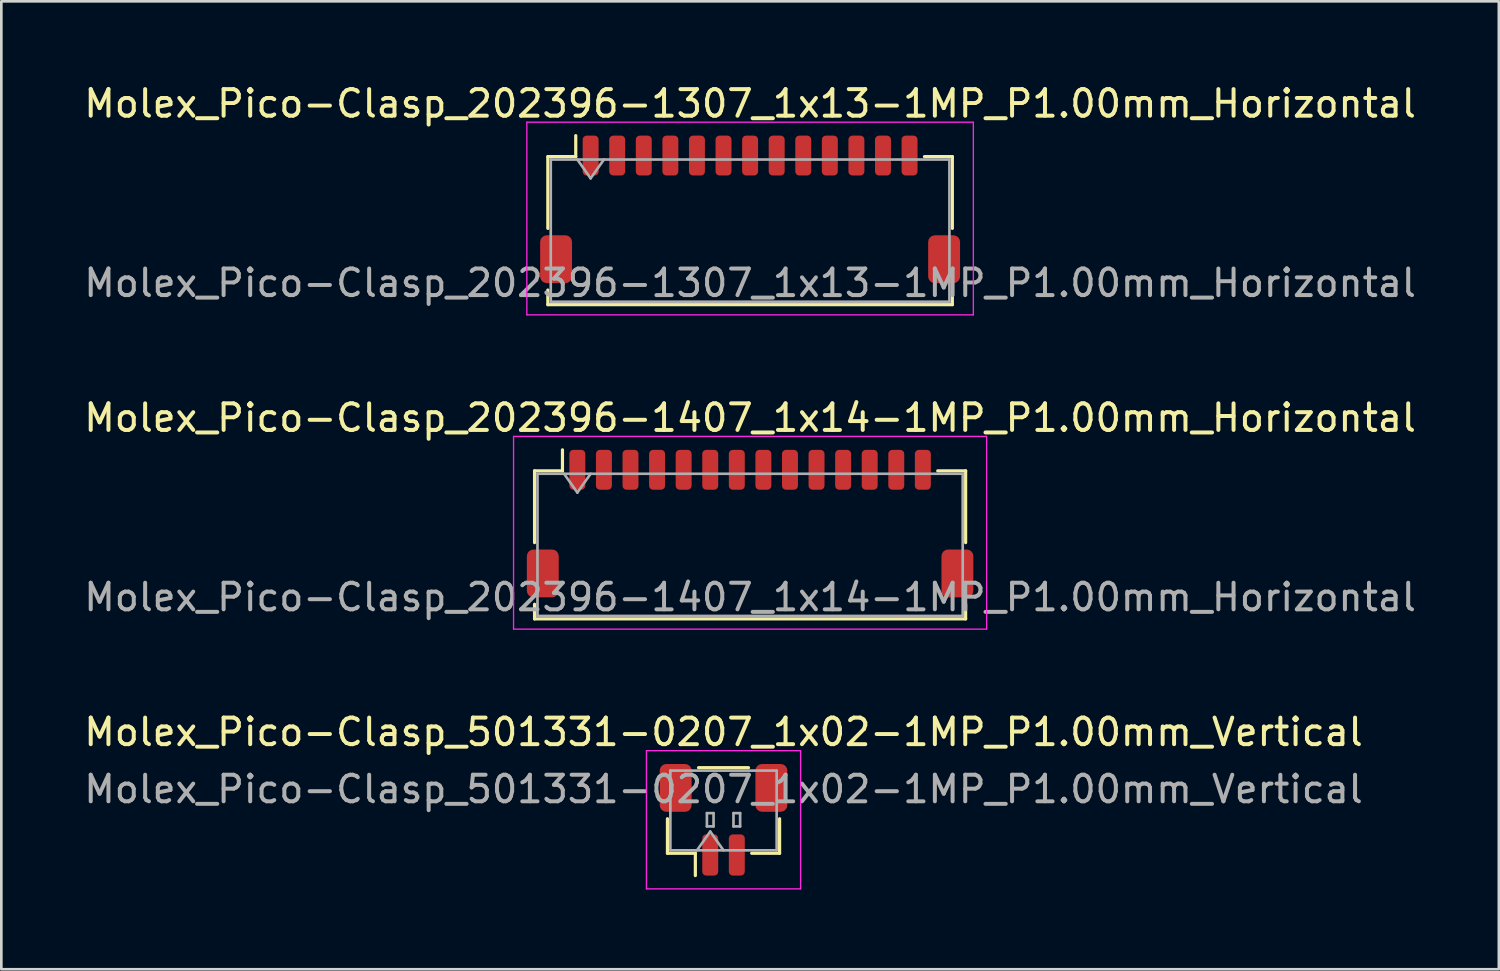
<source format=kicad_pcb>
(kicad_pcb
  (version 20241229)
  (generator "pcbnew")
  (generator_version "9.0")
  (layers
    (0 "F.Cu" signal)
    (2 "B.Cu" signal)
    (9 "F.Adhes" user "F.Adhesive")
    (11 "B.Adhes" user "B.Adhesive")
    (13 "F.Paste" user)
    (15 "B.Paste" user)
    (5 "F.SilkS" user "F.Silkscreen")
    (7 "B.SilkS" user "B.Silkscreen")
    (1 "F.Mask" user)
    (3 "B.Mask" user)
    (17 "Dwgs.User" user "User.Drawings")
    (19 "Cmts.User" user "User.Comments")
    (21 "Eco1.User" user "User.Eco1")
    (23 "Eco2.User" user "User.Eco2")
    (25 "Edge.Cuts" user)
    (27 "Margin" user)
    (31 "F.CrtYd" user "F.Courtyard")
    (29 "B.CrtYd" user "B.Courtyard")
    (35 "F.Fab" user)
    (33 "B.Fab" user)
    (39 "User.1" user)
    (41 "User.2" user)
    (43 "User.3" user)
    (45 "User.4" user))
  (footprint "Molex_Pico-Clasp_202396-1307_1x13-1MP_P1.00mm_Horizontal"
    (layer "F.Cu")
    (at 25.173 4.828)
    (property "Reference" "Molex_Pico-Clasp_202396-1307_1x13-1MP_P1.00mm_Horizontal" (at 0 -3.98 0) (layer "F.SilkS") (effects (font (size 1 1) (thickness 0.15))))
    (attr smd)
    (fp_line (start -7.61 -1.985) (end -6.56 -1.985) (stroke (width 0.12) (type solid)) (layer "F.SilkS"))
    (fp_line (start -7.61 0.715) (end -7.61 -1.985) (stroke (width 0.12) (type solid)) (layer "F.SilkS"))
    (fp_line (start -7.61 3.035) (end -7.61 3.585) (stroke (width 0.12) (type solid)) (layer "F.SilkS"))
    (fp_line (start -7.61 3.585) (end 7.61 3.585) (stroke (width 0.12) (type solid)) (layer "F.SilkS"))
    (fp_line (start -6.56 -1.985) (end -6.56 -2.775) (stroke (width 0.12) (type solid)) (layer "F.SilkS"))
    (fp_line (start 7.61 -1.985) (end 6.56 -1.985) (stroke (width 0.12) (type solid)) (layer "F.SilkS"))
    (fp_line (start 7.61 0.715) (end 7.61 -1.985) (stroke (width 0.12) (type solid)) (layer "F.SilkS"))
    (fp_line (start 7.61 3.585) (end 7.61 3.035) (stroke (width 0.12) (type solid)) (layer "F.SilkS"))
    (fp_line (start -8.4 -3.28) (end -8.4 3.97) (stroke (width 0.05) (type solid)) (layer "F.CrtYd"))
    (fp_line (start -8.4 3.97) (end 8.4 3.97) (stroke (width 0.05) (type solid)) (layer "F.CrtYd"))
    (fp_line (start 8.4 -3.28) (end -8.4 -3.28) (stroke (width 0.05) (type solid)) (layer "F.CrtYd"))
    (fp_line (start 8.4 3.97) (end 8.4 -3.28) (stroke (width 0.05) (type solid)) (layer "F.CrtYd"))
    (fp_line (start -7.5 -1.875) (end -7.5 3.475) (stroke (width 0.1) (type solid)) (layer "F.Fab"))
    (fp_line (start -7.5 -1.875) (end 7.5 -1.875) (stroke (width 0.1) (type solid)) (layer "F.Fab"))
    (fp_line (start -7.5 3.475) (end 7.5 3.475) (stroke (width 0.1) (type solid)) (layer "F.Fab"))
    (fp_line (start -6.5 -1.875) (end -6 -1.168) (stroke (width 0.1) (type solid)) (layer "F.Fab"))
    (fp_line (start -6 -1.168) (end -5.5 -1.875) (stroke (width 0.1) (type solid)) (layer "F.Fab"))
    (fp_line (start 7.5 -1.875) (end 7.5 3.475) (stroke (width 0.1) (type solid)) (layer "F.Fab"))
    (fp_text user "${REFERENCE}" (at 0 2.77 0) (layer "F.Fab") (effects (font (size 1 1) (thickness 0.15))))
    (pad "1" smd roundrect (at -6 -2.025) (size 0.6 1.5) (layers "F.Cu" "F.Mask" "F.Paste") (roundrect_rratio 0.25))
    (pad "2" smd roundrect (at -5 -2.025) (size 0.6 1.5) (layers "F.Cu" "F.Mask" "F.Paste") (roundrect_rratio 0.25))
    (pad "3" smd roundrect (at -4 -2.025) (size 0.6 1.5) (layers "F.Cu" "F.Mask" "F.Paste") (roundrect_rratio 0.25))
    (pad "4" smd roundrect (at -3 -2.025) (size 0.6 1.5) (layers "F.Cu" "F.Mask" "F.Paste") (roundrect_rratio 0.25))
    (pad "5" smd roundrect (at -2 -2.025) (size 0.6 1.5) (layers "F.Cu" "F.Mask" "F.Paste") (roundrect_rratio 0.25))
    (pad "6" smd roundrect (at -1 -2.025) (size 0.6 1.5) (layers "F.Cu" "F.Mask" "F.Paste") (roundrect_rratio 0.25))
    (pad "7" smd roundrect (at 0 -2.025) (size 0.6 1.5) (layers "F.Cu" "F.Mask" "F.Paste") (roundrect_rratio 0.25))
    (pad "8" smd roundrect (at 1 -2.025) (size 0.6 1.5) (layers "F.Cu" "F.Mask" "F.Paste") (roundrect_rratio 0.25))
    (pad "9" smd roundrect (at 2 -2.025) (size 0.6 1.5) (layers "F.Cu" "F.Mask" "F.Paste") (roundrect_rratio 0.25))
    (pad "10" smd roundrect (at 3 -2.025) (size 0.6 1.5) (layers "F.Cu" "F.Mask" "F.Paste") (roundrect_rratio 0.25))
    (pad "11" smd roundrect (at 4 -2.025) (size 0.6 1.5) (layers "F.Cu" "F.Mask" "F.Paste") (roundrect_rratio 0.25))
    (pad "12" smd roundrect (at 5 -2.025) (size 0.6 1.5) (layers "F.Cu" "F.Mask" "F.Paste") (roundrect_rratio 0.25))
    (pad "13" smd roundrect (at 6 -2.025) (size 0.6 1.5) (layers "F.Cu" "F.Mask" "F.Paste") (roundrect_rratio 0.25))
    (pad "MP" smd roundrect (at -7.3 1.875) (size 1.2 1.8) (layers "F.Cu" "F.Mask" "F.Paste") (roundrect_rratio 0.208))
    (pad "MP" smd roundrect (at 7.3 1.875) (size 1.2 1.8) (layers "F.Cu" "F.Mask" "F.Paste") (roundrect_rratio 0.208)))
  (footprint "Molex_Pico-Clasp_501331-0207_1x02-1MP_P1.00mm_Vertical"
    (layer "F.Cu")
    (at 24.173 27.795)
    (property "Reference" "Molex_Pico-Clasp_501331-0207_1x02-1MP_P1.00mm_Vertical" (at 0 -3.3 0) (layer "F.SilkS") (effects (font (size 1 1) (thickness 0.15))))
    (attr smd)
    (fp_line (start -2.11 -0.04) (end -2.11 1.26) (stroke (width 0.12) (type solid)) (layer "F.SilkS"))
    (fp_line (start -2.11 1.26) (end -1.06 1.26) (stroke (width 0.12) (type solid)) (layer "F.SilkS"))
    (fp_line (start -1.06 1.26) (end -1.06 2.1) (stroke (width 0.12) (type solid)) (layer "F.SilkS"))
    (fp_line (start -0.94 -1.96) (end 0.94 -1.96) (stroke (width 0.12) (type solid)) (layer "F.SilkS"))
    (fp_line (start 2.11 -0.04) (end 2.11 1.26) (stroke (width 0.12) (type solid)) (layer "F.SilkS"))
    (fp_line (start 2.11 1.26) (end 1.06 1.26) (stroke (width 0.12) (type solid)) (layer "F.SilkS"))
    (fp_line (start -2.9 -2.6) (end -2.9 2.6) (stroke (width 0.05) (type solid)) (layer "F.CrtYd"))
    (fp_line (start -2.9 2.6) (end 2.9 2.6) (stroke (width 0.05) (type solid)) (layer "F.CrtYd"))
    (fp_line (start 2.9 -2.6) (end -2.9 -2.6) (stroke (width 0.05) (type solid)) (layer "F.CrtYd"))
    (fp_line (start 2.9 2.6) (end 2.9 -2.6) (stroke (width 0.05) (type solid)) (layer "F.CrtYd"))
    (fp_line (start -2 -1.85) (end 2 -1.85) (stroke (width 0.1) (type solid)) (layer "F.Fab"))
    (fp_line (start -2 1.15) (end -2 -1.85) (stroke (width 0.1) (type solid)) (layer "F.Fab"))
    (fp_line (start -2 1.15) (end 2 1.15) (stroke (width 0.1) (type solid)) (layer "F.Fab"))
    (fp_line (start -1 1.15) (end -0.5 0.443) (stroke (width 0.1) (type solid)) (layer "F.Fab"))
    (fp_line (start -0.625 -0.25) (end -0.625 0.25) (stroke (width 0.1) (type solid)) (layer "F.Fab"))
    (fp_line (start -0.625 0.25) (end -0.375 0.25) (stroke (width 0.1) (type solid)) (layer "F.Fab"))
    (fp_line (start -0.5 0.443) (end 0 1.15) (stroke (width 0.1) (type solid)) (layer "F.Fab"))
    (fp_line (start -0.375 -0.25) (end -0.625 -0.25) (stroke (width 0.1) (type solid)) (layer "F.Fab"))
    (fp_line (start -0.375 0.25) (end -0.375 -0.25) (stroke (width 0.1) (type solid)) (layer "F.Fab"))
    (fp_line (start 0.375 -0.25) (end 0.375 0.25) (stroke (width 0.1) (type solid)) (layer "F.Fab"))
    (fp_line (start 0.375 0.25) (end 0.625 0.25) (stroke (width 0.1) (type solid)) (layer "F.Fab"))
    (fp_line (start 0.625 -0.25) (end 0.375 -0.25) (stroke (width 0.1) (type solid)) (layer "F.Fab"))
    (fp_line (start 0.625 0.25) (end 0.625 -0.25) (stroke (width 0.1) (type solid)) (layer "F.Fab"))
    (fp_line (start 2 1.15) (end 2 -1.85) (stroke (width 0.1) (type solid)) (layer "F.Fab"))
    (fp_text user "${REFERENCE}" (at 0 -1.15 0) (layer "F.Fab") (effects (font (size 1 1) (thickness 0.15))))
    (pad "1" smd roundrect (at -0.5 1.325) (size 0.6 1.55) (layers "F.Cu" "F.Mask" "F.Paste") (roundrect_rratio 0.25))
    (pad "2" smd roundrect (at 0.5 1.325) (size 0.6 1.55) (layers "F.Cu" "F.Mask" "F.Paste") (roundrect_rratio 0.25))
    (pad "MP" smd roundrect (at -1.8 -1.2) (size 1.2 1.8) (layers "F.Cu" "F.Mask" "F.Paste") (roundrect_rratio 0.208))
    (pad "MP" smd roundrect (at 1.8 -1.2) (size 1.2 1.8) (layers "F.Cu" "F.Mask" "F.Paste") (roundrect_rratio 0.208)))
  (footprint "Molex_Pico-Clasp_202396-1407_1x14-1MP_P1.00mm_Horizontal"
    (layer "F.Cu")
    (at 25.173 16.651)
    (property "Reference" "Molex_Pico-Clasp_202396-1407_1x14-1MP_P1.00mm_Horizontal" (at 0 -3.98 0) (layer "F.SilkS") (effects (font (size 1 1) (thickness 0.15))))
    (attr smd)
    (fp_line (start -8.11 -1.985) (end -7.06 -1.985) (stroke (width 0.12) (type solid)) (layer "F.SilkS"))
    (fp_line (start -8.11 0.715) (end -8.11 -1.985) (stroke (width 0.12) (type solid)) (layer "F.SilkS"))
    (fp_line (start -8.11 3.035) (end -8.11 3.585) (stroke (width 0.12) (type solid)) (layer "F.SilkS"))
    (fp_line (start -8.11 3.585) (end 8.11 3.585) (stroke (width 0.12) (type solid)) (layer "F.SilkS"))
    (fp_line (start -7.06 -1.985) (end -7.06 -2.775) (stroke (width 0.12) (type solid)) (layer "F.SilkS"))
    (fp_line (start 8.11 -1.985) (end 7.06 -1.985) (stroke (width 0.12) (type solid)) (layer "F.SilkS"))
    (fp_line (start 8.11 0.715) (end 8.11 -1.985) (stroke (width 0.12) (type solid)) (layer "F.SilkS"))
    (fp_line (start 8.11 3.585) (end 8.11 3.035) (stroke (width 0.12) (type solid)) (layer "F.SilkS"))
    (fp_line (start -8.9 -3.28) (end -8.9 3.97) (stroke (width 0.05) (type solid)) (layer "F.CrtYd"))
    (fp_line (start -8.9 3.97) (end 8.9 3.97) (stroke (width 0.05) (type solid)) (layer "F.CrtYd"))
    (fp_line (start 8.9 -3.28) (end -8.9 -3.28) (stroke (width 0.05) (type solid)) (layer "F.CrtYd"))
    (fp_line (start 8.9 3.97) (end 8.9 -3.28) (stroke (width 0.05) (type solid)) (layer "F.CrtYd"))
    (fp_line (start -8 -1.875) (end -8 3.475) (stroke (width 0.1) (type solid)) (layer "F.Fab"))
    (fp_line (start -8 -1.875) (end 8 -1.875) (stroke (width 0.1) (type solid)) (layer "F.Fab"))
    (fp_line (start -8 3.475) (end 8 3.475) (stroke (width 0.1) (type solid)) (layer "F.Fab"))
    (fp_line (start -7 -1.875) (end -6.5 -1.168) (stroke (width 0.1) (type solid)) (layer "F.Fab"))
    (fp_line (start -6.5 -1.168) (end -6 -1.875) (stroke (width 0.1) (type solid)) (layer "F.Fab"))
    (fp_line (start 8 -1.875) (end 8 3.475) (stroke (width 0.1) (type solid)) (layer "F.Fab"))
    (fp_text user "${REFERENCE}" (at 0 2.77 0) (layer "F.Fab") (effects (font (size 1 1) (thickness 0.15))))
    (pad "1" smd roundrect (at -6.5 -2.025) (size 0.6 1.5) (layers "F.Cu" "F.Mask" "F.Paste") (roundrect_rratio 0.25))
    (pad "2" smd roundrect (at -5.5 -2.025) (size 0.6 1.5) (layers "F.Cu" "F.Mask" "F.Paste") (roundrect_rratio 0.25))
    (pad "3" smd roundrect (at -4.5 -2.025) (size 0.6 1.5) (layers "F.Cu" "F.Mask" "F.Paste") (roundrect_rratio 0.25))
    (pad "4" smd roundrect (at -3.5 -2.025) (size 0.6 1.5) (layers "F.Cu" "F.Mask" "F.Paste") (roundrect_rratio 0.25))
    (pad "5" smd roundrect (at -2.5 -2.025) (size 0.6 1.5) (layers "F.Cu" "F.Mask" "F.Paste") (roundrect_rratio 0.25))
    (pad "6" smd roundrect (at -1.5 -2.025) (size 0.6 1.5) (layers "F.Cu" "F.Mask" "F.Paste") (roundrect_rratio 0.25))
    (pad "7" smd roundrect (at -0.5 -2.025) (size 0.6 1.5) (layers "F.Cu" "F.Mask" "F.Paste") (roundrect_rratio 0.25))
    (pad "8" smd roundrect (at 0.5 -2.025) (size 0.6 1.5) (layers "F.Cu" "F.Mask" "F.Paste") (roundrect_rratio 0.25))
    (pad "9" smd roundrect (at 1.5 -2.025) (size 0.6 1.5) (layers "F.Cu" "F.Mask" "F.Paste") (roundrect_rratio 0.25))
    (pad "10" smd roundrect (at 2.5 -2.025) (size 0.6 1.5) (layers "F.Cu" "F.Mask" "F.Paste") (roundrect_rratio 0.25))
    (pad "11" smd roundrect (at 3.5 -2.025) (size 0.6 1.5) (layers "F.Cu" "F.Mask" "F.Paste") (roundrect_rratio 0.25))
    (pad "12" smd roundrect (at 4.5 -2.025) (size 0.6 1.5) (layers "F.Cu" "F.Mask" "F.Paste") (roundrect_rratio 0.25))
    (pad "13" smd roundrect (at 5.5 -2.025) (size 0.6 1.5) (layers "F.Cu" "F.Mask" "F.Paste") (roundrect_rratio 0.25))
    (pad "14" smd roundrect (at 6.5 -2.025) (size 0.6 1.5) (layers "F.Cu" "F.Mask" "F.Paste") (roundrect_rratio 0.25))
    (pad "MP" smd roundrect (at -7.8 1.875) (size 1.2 1.8) (layers "F.Cu" "F.Mask" "F.Paste") (roundrect_rratio 0.208))
    (pad "MP" smd roundrect (at 7.8 1.875) (size 1.2 1.8) (layers "F.Cu" "F.Mask" "F.Paste") (roundrect_rratio 0.208)))
  (gr_rect
    (start -3 -3)
    (end 53.345 33.42)
    (stroke (width 0.1) (type default))
    (fill no)
    (layer "Edge.Cuts")))
</source>
